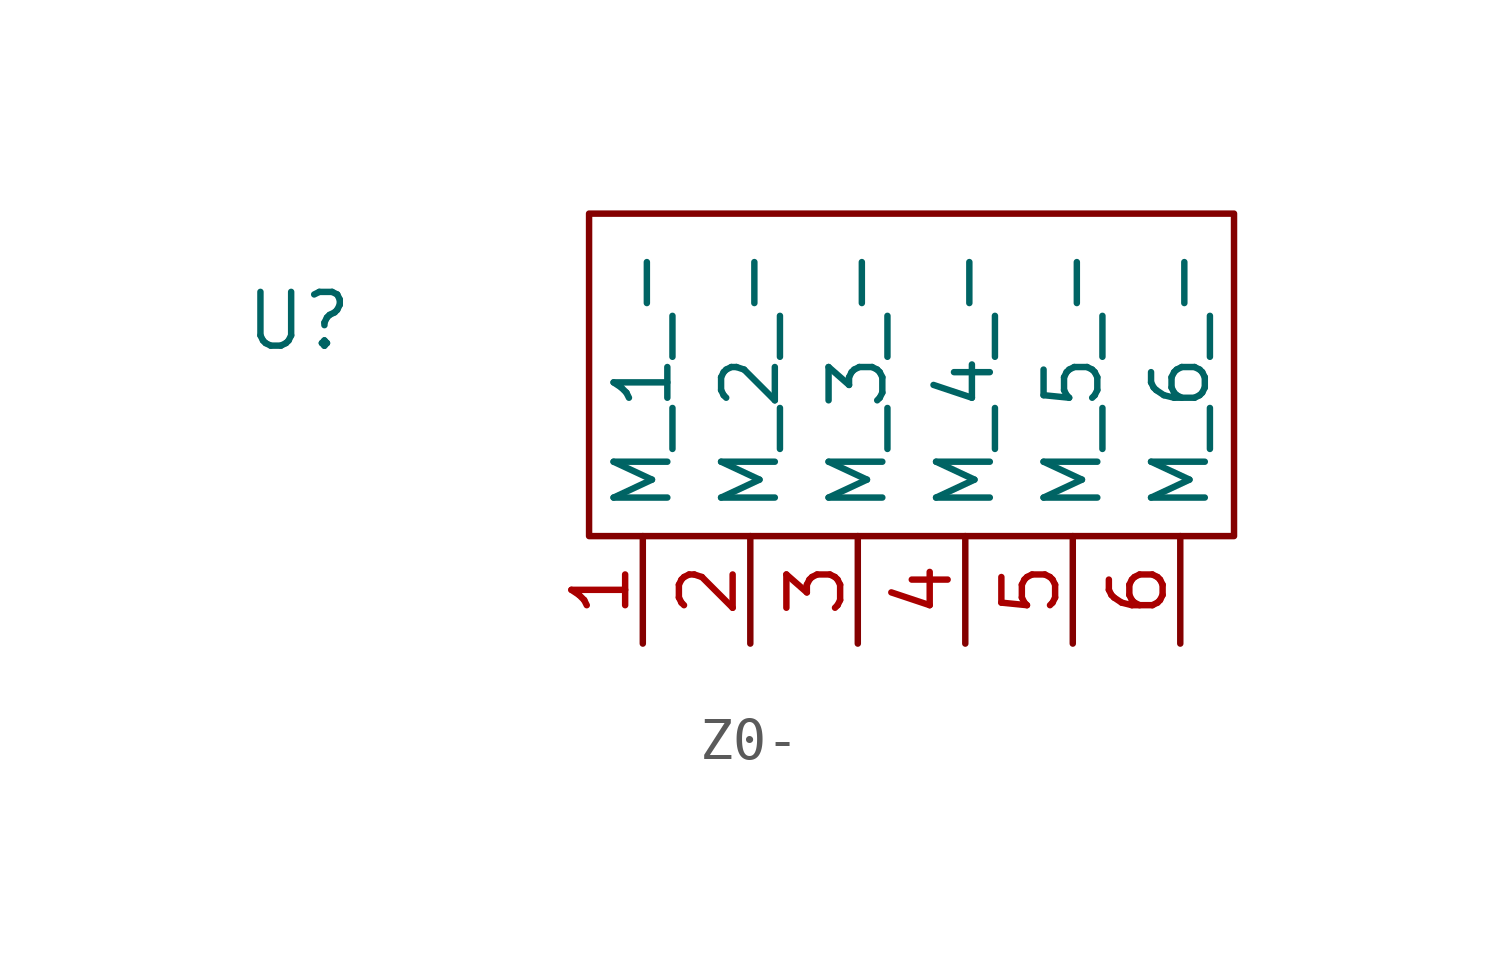
<source format=kicad_sym>
(kicad_symbol_lib
  (version 20231120)
  (generator "kicad_symbol_editor")
  (generator_version "8.0")
  (symbol "Z0-"
    (property "Reference" "U"
      (at -6.858 5.08 0)
      (effects (font (size 1.27 1.27))))
    (property "Value" ""
      (at -6.858 5.08 0)
      (effects (font (size 1.27 1.27))))
    (symbol "Z0-_0_1"
      (rectangle (start 0 7.62) (end 15.24 0) (stroke (width 0) (type default)) (fill (type none))))
    (symbol "Z0-_1_1"
      (pin input line (at 1.27 -2.54 90) (length 2.54) (name "M_1_-" (effects (font (size 1.27 1.27)))) (number "1" (effects (font (size 1.27 1.27)))))
      (pin input line (at 3.81 -2.54 90) (length 2.54) (name "M_2_-" (effects (font (size 1.27 1.27)))) (number "2" (effects (font (size 1.27 1.27)))))
      (pin input line (at 6.35 -2.54 90) (length 2.54) (name "M_3_-" (effects (font (size 1.27 1.27)))) (number "3" (effects (font (size 1.27 1.27)))))
      (pin input line (at 8.89 -2.54 90) (length 2.54) (name "M_4_-" (effects (font (size 1.27 1.27)))) (number "4" (effects (font (size 1.27 1.27)))))
      (pin input line (at 11.43 -2.54 90) (length 2.54) (name "M_5_-" (effects (font (size 1.27 1.27)))) (number "5" (effects (font (size 1.27 1.27)))))
      (pin input line (at 13.97 -2.54 90) (length 2.54) (name "M_6_-" (effects (font (size 1.27 1.27)))) (number "6" (effects (font (size 1.27 1.27))))))))
</source>
